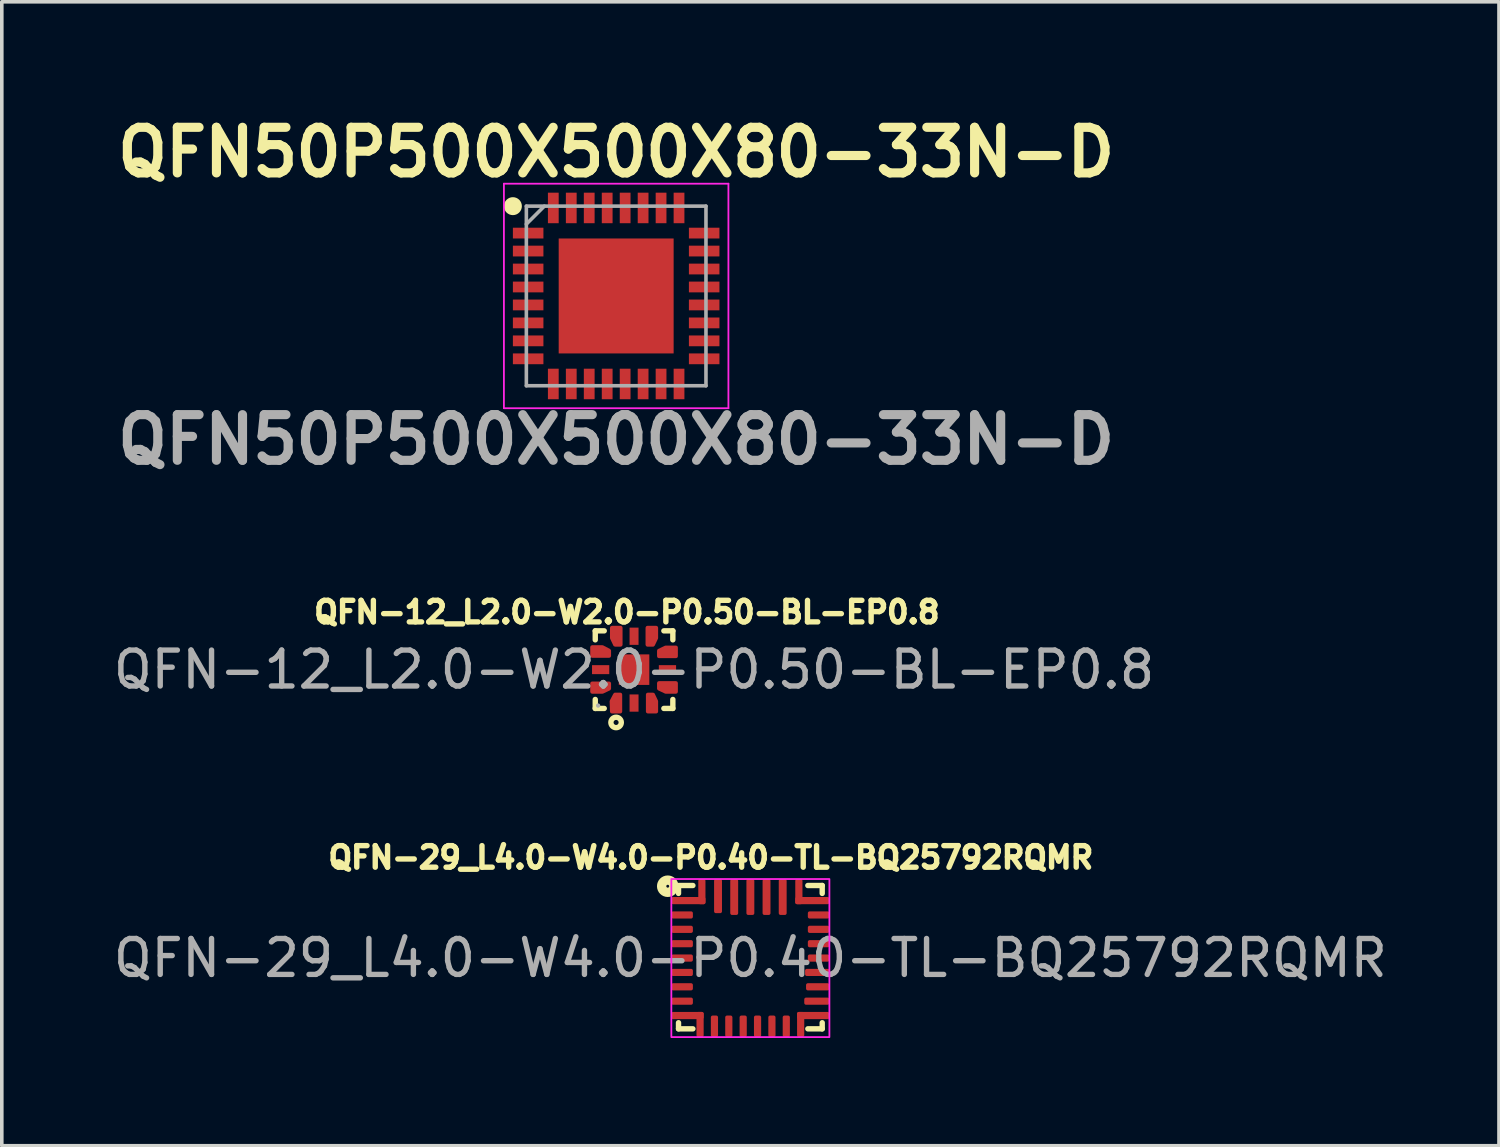
<source format=kicad_pcb>
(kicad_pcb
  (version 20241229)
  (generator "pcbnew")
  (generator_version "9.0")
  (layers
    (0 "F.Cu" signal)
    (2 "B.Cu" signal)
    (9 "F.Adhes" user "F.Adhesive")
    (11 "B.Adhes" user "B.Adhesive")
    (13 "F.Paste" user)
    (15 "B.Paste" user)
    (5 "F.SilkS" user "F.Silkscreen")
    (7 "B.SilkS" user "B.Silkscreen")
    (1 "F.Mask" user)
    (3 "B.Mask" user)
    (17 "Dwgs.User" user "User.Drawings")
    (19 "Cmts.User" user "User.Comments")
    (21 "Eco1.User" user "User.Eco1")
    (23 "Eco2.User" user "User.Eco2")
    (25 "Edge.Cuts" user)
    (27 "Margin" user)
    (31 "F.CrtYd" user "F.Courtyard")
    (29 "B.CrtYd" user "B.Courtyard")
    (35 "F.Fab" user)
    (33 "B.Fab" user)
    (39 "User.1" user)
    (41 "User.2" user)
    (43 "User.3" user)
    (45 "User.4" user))
  (footprint "QFN-29_L4.0-W4.0-P0.40-TL-BQ25792RQMR"
    (layer "F.Cu")
    (at 17.839 23.621)
    (property "Reference" "QFN-29_L4.0-W4.0-P0.40-TL-BQ25792RQMR" (at -1.1 -2.8 0) (layer "F.SilkS") (effects (font (size 0.6 0.6) (thickness 0.15))))
    (attr smd)
    (fp_line (start -2 -2.02) (end -1.6 -2.02) (stroke (width 0.15) (type solid)) (layer "F.SilkS"))
    (fp_line (start -2 -1.8) (end -2 -2) (stroke (width 0.15) (type solid)) (layer "F.SilkS"))
    (fp_line (start -2 1.97) (end -2 1.8) (stroke (width 0.15) (type solid)) (layer "F.SilkS"))
    (fp_line (start -1.6 1.97) (end -2 1.97) (stroke (width 0.15) (type solid)) (layer "F.SilkS"))
    (fp_line (start 1.6 -2.02) (end 2 -2.02) (stroke (width 0.15) (type solid)) (layer "F.SilkS"))
    (fp_line (start 2 -2.02) (end 2 -1.8) (stroke (width 0.15) (type solid)) (layer "F.SilkS"))
    (fp_line (start 2 1.8) (end 2 1.97) (stroke (width 0.15) (type solid)) (layer "F.SilkS"))
    (fp_line (start 2 1.97) (end 1.6 1.97) (stroke (width 0.15) (type solid)) (layer "F.SilkS"))
    (fp_circle (center -2.3 -2) (end -2.26 -2) (stroke (width 0.26) (type solid)) (fill no) (layer "F.SilkS"))
    (fp_rect (start -2.2 -2.2) (end 2.2 2.2) (stroke (width 0.05) (type default)) (fill no) (layer "F.CrtYd"))
    (fp_text user "${REFERENCE}" (at 0 0 0) (layer "F.Fab") (effects (font (size 1 1) (thickness 0.15))))
    (pad "1" smd roundrect (at -1.35 -1.6) (size 0.2 0.7) (drill (offset 0 -0.25)) (layers "F.Cu" "F.Mask" "F.Paste") (roundrect_rratio 0.25))
    (pad "1" smd roundrect (at -1.35 -1.6 90) (size 0.2 0.95) (drill (offset 0 -0.375)) (layers "F.Cu" "F.Mask" "F.Paste") (roundrect_rratio 0.25))
    (pad "2" smd roundrect (at -1.9 -1.2) (size 0.6 0.2) (layers "F.Cu" "F.Mask" "F.Paste") (roundrect_rratio 0.25))
    (pad "3" smd roundrect (at -1.9 -0.8) (size 0.6 0.2) (layers "F.Cu" "F.Mask" "F.Paste") (roundrect_rratio 0.25))
    (pad "4" smd roundrect (at -1.9 -0.4) (size 0.6 0.2) (layers "F.Cu" "F.Mask" "F.Paste") (roundrect_rratio 0.25))
    (pad "5" smd roundrect (at -1.9 0) (size 0.6 0.2) (layers "F.Cu" "F.Mask" "F.Paste") (roundrect_rratio 0.25))
    (pad "6" smd roundrect (at -1.9 0.4) (size 0.6 0.2) (layers "F.Cu" "F.Mask" "F.Paste") (roundrect_rratio 0.25))
    (pad "7" smd roundrect (at -1.9 0.8) (size 0.6 0.2) (layers "F.Cu" "F.Mask" "F.Paste") (roundrect_rratio 0.25))
    (pad "8" smd roundrect (at -1.9 1.2) (size 0.6 0.2) (layers "F.Cu" "F.Mask" "F.Paste") (roundrect_rratio 0.25))
    (pad "9" smd roundrect (at -1.4 1.6 180) (size 0.2 0.7) (drill (offset 0 -0.25)) (layers "F.Cu" "F.Mask" "F.Paste") (roundrect_rratio 0.25))
    (pad "9" smd roundrect (at -1.4 1.6 90) (size 0.2 0.9) (drill (offset 0 -0.35)) (layers "F.Cu" "F.Mask" "F.Paste") (roundrect_rratio 0.25))
    (pad "10" smd roundrect (at -1 1.9) (size 0.2 0.6) (layers "F.Cu" "F.Mask" "F.Paste") (roundrect_rratio 0.25))
    (pad "11" smd roundrect (at -0.6 1.9) (size 0.2 0.6) (layers "F.Cu" "F.Mask" "F.Paste") (roundrect_rratio 0.25))
    (pad "12" smd roundrect (at -0.2 1.9) (size 0.2 0.6) (layers "F.Cu" "F.Mask" "F.Paste") (roundrect_rratio 0.25))
    (pad "13" smd roundrect (at 0.2 1.9) (size 0.2 0.6) (layers "F.Cu" "F.Mask" "F.Paste") (roundrect_rratio 0.25))
    (pad "14" smd roundrect (at 0.6 1.9) (size 0.2 0.6) (layers "F.Cu" "F.Mask" "F.Paste") (roundrect_rratio 0.25))
    (pad "15" smd roundrect (at 1 1.9) (size 0.2 0.6) (layers "F.Cu" "F.Mask" "F.Paste") (roundrect_rratio 0.25))
    (pad "16" smd roundrect (at 1.4 1.6 180) (size 0.2 0.7) (drill (offset 0 -0.25)) (layers "F.Cu" "F.Mask" "F.Paste") (roundrect_rratio 0.25))
    (pad "16" smd roundrect (at 1.4 1.6 270) (size 0.2 0.9) (drill (offset 0 -0.35)) (layers "F.Cu" "F.Mask" "F.Paste") (roundrect_rratio 0.25))
    (pad "17" smd roundrect (at 1.85 1.2) (size 0.7 0.2) (layers "F.Cu" "F.Mask" "F.Paste") (roundrect_rratio 0.25))
    (pad "18" smd roundrect (at 1.875 0.8) (size 0.65 0.2) (layers "F.Cu" "F.Mask" "F.Paste") (roundrect_rratio 0.25))
    (pad "19" smd roundrect (at 1.863 0.4) (size 0.68 0.2) (layers "F.Cu" "F.Mask" "F.Paste") (roundrect_rratio 0.25))
    (pad "20" smd roundrect (at 1.9 0) (size 0.6 0.2) (layers "F.Cu" "F.Mask" "F.Paste") (roundrect_rratio 0.25))
    (pad "21" smd roundrect (at 1.9 -0.4) (size 0.6 0.2) (layers "F.Cu" "F.Mask" "F.Paste") (roundrect_rratio 0.25))
    (pad "22" smd roundrect (at 1.9 -0.8) (size 0.6 0.2) (layers "F.Cu" "F.Mask" "F.Paste") (roundrect_rratio 0.25))
    (pad "23" smd roundrect (at 1.9 -1.2) (size 0.6 0.2) (layers "F.Cu" "F.Mask" "F.Paste") (roundrect_rratio 0.25))
    (pad "24" smd roundrect (at 1.35 -1.6) (size 0.2 0.7) (drill (offset 0 -0.25)) (layers "F.Cu" "F.Mask" "F.Paste") (roundrect_rratio 0.25))
    (pad "24" smd roundrect (at 1.35 -1.6 270) (size 0.2 0.95) (drill (offset 0 -0.375)) (layers "F.Cu" "F.Mask" "F.Paste") (roundrect_rratio 0.25))
    (pad "25" smd roundrect (at 0.9 -1.7) (size 0.22 1) (layers "F.Cu" "F.Mask" "F.Paste") (roundrect_rratio 0.227))
    (pad "26" smd roundrect (at 0.45 -1.7) (size 0.22 1) (layers "F.Cu" "F.Mask" "F.Paste") (roundrect_rratio 0.227))
    (pad "27" smd roundrect (at 0 -1.7) (size 0.22 1) (layers "F.Cu" "F.Mask" "F.Paste") (roundrect_rratio 0.227))
    (pad "28" smd roundrect (at -0.45 -1.7) (size 0.22 1) (layers "F.Cu" "F.Mask" "F.Paste") (roundrect_rratio 0.227))
    (pad "29" smd roundrect (at -0.9 -1.725) (size 0.22 0.95) (layers "F.Cu" "F.Mask" "F.Paste") (roundrect_rratio 0.227)))
  (footprint "QFN50P500X500X80-33N-D"
    (layer "F.Cu")
    (at 14.103 5.189)
    (property "Reference" "QFN50P500X500X80-33N-D" (at 0 -4 0) (layer "F.SilkS") (effects (font (size 1.27 1.27) (thickness 0.254))))
    (attr smd)
    (fp_circle (center -2.875 -2.5) (end -2.875 -2.375) (stroke (width 0.25) (type solid)) (fill no) (layer "F.SilkS"))
    (fp_line (start -3.125 -3.125) (end 3.125 -3.125) (stroke (width 0.05) (type solid)) (layer "F.CrtYd"))
    (fp_line (start -3.125 3.125) (end -3.125 -3.125) (stroke (width 0.05) (type solid)) (layer "F.CrtYd"))
    (fp_line (start 3.125 -3.125) (end 3.125 3.125) (stroke (width 0.05) (type solid)) (layer "F.CrtYd"))
    (fp_line (start 3.125 3.125) (end -3.125 3.125) (stroke (width 0.05) (type solid)) (layer "F.CrtYd"))
    (fp_line (start -2.5 -2.5) (end 2.5 -2.5) (stroke (width 0.1) (type solid)) (layer "F.Fab"))
    (fp_line (start -2.5 -2) (end -2 -2.5) (stroke (width 0.1) (type solid)) (layer "F.Fab"))
    (fp_line (start -2.5 2.5) (end -2.5 -2.5) (stroke (width 0.1) (type solid)) (layer "F.Fab"))
    (fp_line (start 2.5 -2.5) (end 2.5 2.5) (stroke (width 0.1) (type solid)) (layer "F.Fab"))
    (fp_line (start 2.5 2.5) (end -2.5 2.5) (stroke (width 0.1) (type solid)) (layer "F.Fab"))
    (fp_text user "${REFERENCE}" (at 0 4 0) (layer "F.Fab") (effects (font (size 1.27 1.27) (thickness 0.254))))
    (pad "1" smd rect (at -2.45 -1.75 90) (size 0.3 0.85) (layers "F.Cu" "F.Mask" "F.Paste"))
    (pad "2" smd rect (at -2.45 -1.25 90) (size 0.3 0.85) (layers "F.Cu" "F.Mask" "F.Paste"))
    (pad "3" smd rect (at -2.45 -0.75 90) (size 0.3 0.85) (layers "F.Cu" "F.Mask" "F.Paste"))
    (pad "4" smd rect (at -2.45 -0.25 90) (size 0.3 0.85) (layers "F.Cu" "F.Mask" "F.Paste"))
    (pad "5" smd rect (at -2.45 0.25 90) (size 0.3 0.85) (layers "F.Cu" "F.Mask" "F.Paste"))
    (pad "6" smd rect (at -2.45 0.75 90) (size 0.3 0.85) (layers "F.Cu" "F.Mask" "F.Paste"))
    (pad "7" smd rect (at -2.45 1.25 90) (size 0.3 0.85) (layers "F.Cu" "F.Mask" "F.Paste"))
    (pad "8" smd rect (at -2.45 1.75 90) (size 0.3 0.85) (layers "F.Cu" "F.Mask" "F.Paste"))
    (pad "9" smd rect (at -1.75 2.45) (size 0.3 0.85) (layers "F.Cu" "F.Mask" "F.Paste"))
    (pad "10" smd rect (at -1.25 2.45) (size 0.3 0.85) (layers "F.Cu" "F.Mask" "F.Paste"))
    (pad "11" smd rect (at -0.75 2.45) (size 0.3 0.85) (layers "F.Cu" "F.Mask" "F.Paste"))
    (pad "12" smd rect (at -0.25 2.45) (size 0.3 0.85) (layers "F.Cu" "F.Mask" "F.Paste"))
    (pad "13" smd rect (at 0.25 2.45) (size 0.3 0.85) (layers "F.Cu" "F.Mask" "F.Paste"))
    (pad "14" smd rect (at 0.75 2.45) (size 0.3 0.85) (layers "F.Cu" "F.Mask" "F.Paste"))
    (pad "15" smd rect (at 1.25 2.45) (size 0.3 0.85) (layers "F.Cu" "F.Mask" "F.Paste"))
    (pad "16" smd rect (at 1.75 2.45) (size 0.3 0.85) (layers "F.Cu" "F.Mask" "F.Paste"))
    (pad "17" smd rect (at 2.45 1.75 90) (size 0.3 0.85) (layers "F.Cu" "F.Mask" "F.Paste"))
    (pad "18" smd rect (at 2.45 1.25 90) (size 0.3 0.85) (layers "F.Cu" "F.Mask" "F.Paste"))
    (pad "19" smd rect (at 2.45 0.75 90) (size 0.3 0.85) (layers "F.Cu" "F.Mask" "F.Paste"))
    (pad "20" smd rect (at 2.45 0.25 90) (size 0.3 0.85) (layers "F.Cu" "F.Mask" "F.Paste"))
    (pad "21" smd rect (at 2.45 -0.25 90) (size 0.3 0.85) (layers "F.Cu" "F.Mask" "F.Paste"))
    (pad "22" smd rect (at 2.45 -0.75 90) (size 0.3 0.85) (layers "F.Cu" "F.Mask" "F.Paste"))
    (pad "23" smd rect (at 2.45 -1.25 90) (size 0.3 0.85) (layers "F.Cu" "F.Mask" "F.Paste"))
    (pad "24" smd rect (at 2.45 -1.75 90) (size 0.3 0.85) (layers "F.Cu" "F.Mask" "F.Paste"))
    (pad "25" smd rect (at 1.75 -2.45) (size 0.3 0.85) (layers "F.Cu" "F.Mask" "F.Paste"))
    (pad "26" smd rect (at 1.25 -2.45) (size 0.3 0.85) (layers "F.Cu" "F.Mask" "F.Paste"))
    (pad "27" smd rect (at 0.75 -2.45) (size 0.3 0.85) (layers "F.Cu" "F.Mask" "F.Paste"))
    (pad "28" smd rect (at 0.25 -2.45) (size 0.3 0.85) (layers "F.Cu" "F.Mask" "F.Paste"))
    (pad "29" smd rect (at -0.25 -2.45) (size 0.3 0.85) (layers "F.Cu" "F.Mask" "F.Paste"))
    (pad "30" smd rect (at -0.75 -2.45) (size 0.3 0.85) (layers "F.Cu" "F.Mask" "F.Paste"))
    (pad "31" smd rect (at -1.25 -2.45) (size 0.3 0.85) (layers "F.Cu" "F.Mask" "F.Paste"))
    (pad "32" smd rect (at -1.75 -2.45) (size 0.3 0.85) (layers "F.Cu" "F.Mask" "F.Paste"))
    (pad "33" smd rect (at 0 0) (size 3.2 3.2) (layers "F.Cu" "F.Mask" "F.Paste")))
  (footprint "QFN-12_L2.0-W2.0-P0.50-BL-EP0.8"
    (layer "F.Cu")
    (at 14.601 15.592)
    (property "Reference" "QFN-12_L2.0-W2.0-P0.50-BL-EP0.8" (at -0.2 -1.6 0) (layer "F.SilkS") (effects (font (size 0.6 0.6) (thickness 0.15))))
    (attr smd)
    (fp_line (start -1.08 -1.08) (end -0.83 -1.08) (stroke (width 0.15) (type solid)) (layer "F.SilkS"))
    (fp_line (start -1.08 -0.83) (end -1.08 -1.08) (stroke (width 0.15) (type solid)) (layer "F.SilkS"))
    (fp_line (start -1.08 0.83) (end -1.08 1.08) (stroke (width 0.15) (type solid)) (layer "F.SilkS"))
    (fp_line (start -1.08 1.08) (end -0.83 1.08) (stroke (width 0.15) (type solid)) (layer "F.SilkS"))
    (fp_line (start 1.08 -1.08) (end 0.83 -1.08) (stroke (width 0.15) (type solid)) (layer "F.SilkS"))
    (fp_line (start 1.08 -0.83) (end 1.08 -1.08) (stroke (width 0.15) (type solid)) (layer "F.SilkS"))
    (fp_line (start 1.08 0.83) (end 1.08 1.08) (stroke (width 0.15) (type solid)) (layer "F.SilkS"))
    (fp_line (start 1.08 1.08) (end 0.83 1.08) (stroke (width 0.15) (type solid)) (layer "F.SilkS"))
    (fp_circle (center -0.5 1.47) (end -0.43 1.47) (stroke (width 0.15) (type solid)) (fill no) (layer "F.SilkS"))
    (fp_circle (center -1 1) (end -0.97 1) (stroke (width 0.06) (type solid)) (fill no) (layer "F.Fab"))
    (fp_text user "${REFERENCE}" (at 0 0 0) (layer "F.Fab") (effects (font (size 1 1) (thickness 0.15))))
    (pad "1" smd custom (at -0.5 0.93) (size 0.01 0.01) (layers "F.Cu" "F.Mask" "F.Paste") (options (anchor circle)) (primitives (gr_poly (pts (xy -0.12 0.24) (xy 0.12 0.24) (xy 0.12 -0.24) (xy -0.03 -0.24) (xy -0.13 -0.05)) (width 0.1) (fill yes))))
    (pad "2" smd rect (at 0 0.93) (size 0.25 0.48) (layers "F.Cu" "F.Mask" "F.Paste"))
    (pad "3" smd custom (at 0.5 0.93) (size 0.01 0.01) (layers "F.Cu" "F.Mask" "F.Paste") (options (anchor circle)) (primitives (gr_poly (pts (xy 0.12 0.24) (xy -0.12 0.24) (xy -0.12 -0.24) (xy 0.03 -0.24) (xy 0.12 -0.05)) (width 0.1) (fill yes))))
    (pad "4" smd custom (at 0.93 0.5) (size 0.01 0.01) (layers "F.Cu" "F.Mask" "F.Paste") (options (anchor circle)) (primitives (gr_poly (pts (xy 0.24 0.12) (xy 0.24 -0.13) (xy -0.24 -0.13) (xy -0.24 -0.12) (xy -0.24 0.03) (xy -0.05 0.12)) (width 0.1) (fill yes))))
    (pad "5" smd rect (at 0.93 0) (size 0.48 0.25) (layers "F.Cu" "F.Mask" "F.Paste"))
    (pad "6" smd custom (at 0.93 -0.5) (size 0.01 0.01) (layers "F.Cu" "F.Mask" "F.Paste") (options (anchor circle)) (primitives (gr_poly (pts (xy 0.24 -0.12) (xy 0.24 0.13) (xy -0.24 0.13) (xy -0.24 0.12) (xy -0.24 -0.03) (xy -0.05 -0.12)) (width 0.1) (fill yes))))
    (pad "7" smd custom (at 0.5 -0.93) (size 0.01 0.01) (layers "F.Cu" "F.Mask" "F.Paste") (options (anchor circle)) (primitives (gr_poly (pts (xy 0.12 -0.24) (xy -0.13 -0.24) (xy -0.13 0.24) (xy -0.12 0.24) (xy 0.03 0.24) (xy 0.12 0.05)) (width 0.1) (fill yes))))
    (pad "8" smd rect (at 0 -0.93) (size 0.25 0.48) (layers "F.Cu" "F.Mask" "F.Paste"))
    (pad "9" smd custom (at -0.5 -0.93) (size 0.01 0.01) (layers "F.Cu" "F.Mask" "F.Paste") (options (anchor circle)) (primitives (gr_poly (pts (xy -0.12 -0.24) (xy 0.13 -0.24) (xy 0.13 0.24) (xy 0.12 0.24) (xy -0.03 0.24) (xy -0.12 0.05)) (width 0.1) (fill yes))))
    (pad "10" smd custom (at -0.93 -0.5) (size 0.01 0.01) (layers "F.Cu" "F.Mask" "F.Paste") (options (anchor circle)) (primitives (gr_poly (pts (xy -0.24 -0.13) (xy -0.24 0.12) (xy 0.24 0.12) (xy 0.24 -0.03) (xy 0.05 -0.13)) (width 0.1) (fill yes))))
    (pad "11" smd rect (at -0.93 0) (size 0.48 0.25) (layers "F.Cu" "F.Mask" "F.Paste"))
    (pad "12" smd custom (at -0.93 0.5) (size 0.01 0.01) (layers "F.Cu" "F.Mask" "F.Paste") (options (anchor circle)) (primitives (gr_poly (pts (xy -0.24 0.12) (xy -0.24 -0.12) (xy 0.24 -0.12) (xy 0.24 0.03) (xy 0.05 0.12)) (width 0.1) (fill yes))))
    (pad "13" smd rect (at 0 0) (size 0.85 0.85) (layers "F.Cu" "F.Mask" "F.Paste")))
  (gr_rect
    (start -3 -3)
    (end 38.679 28.846)
    (stroke (width 0.1) (type default))
    (fill no)
    (layer "Edge.Cuts")))
</source>
